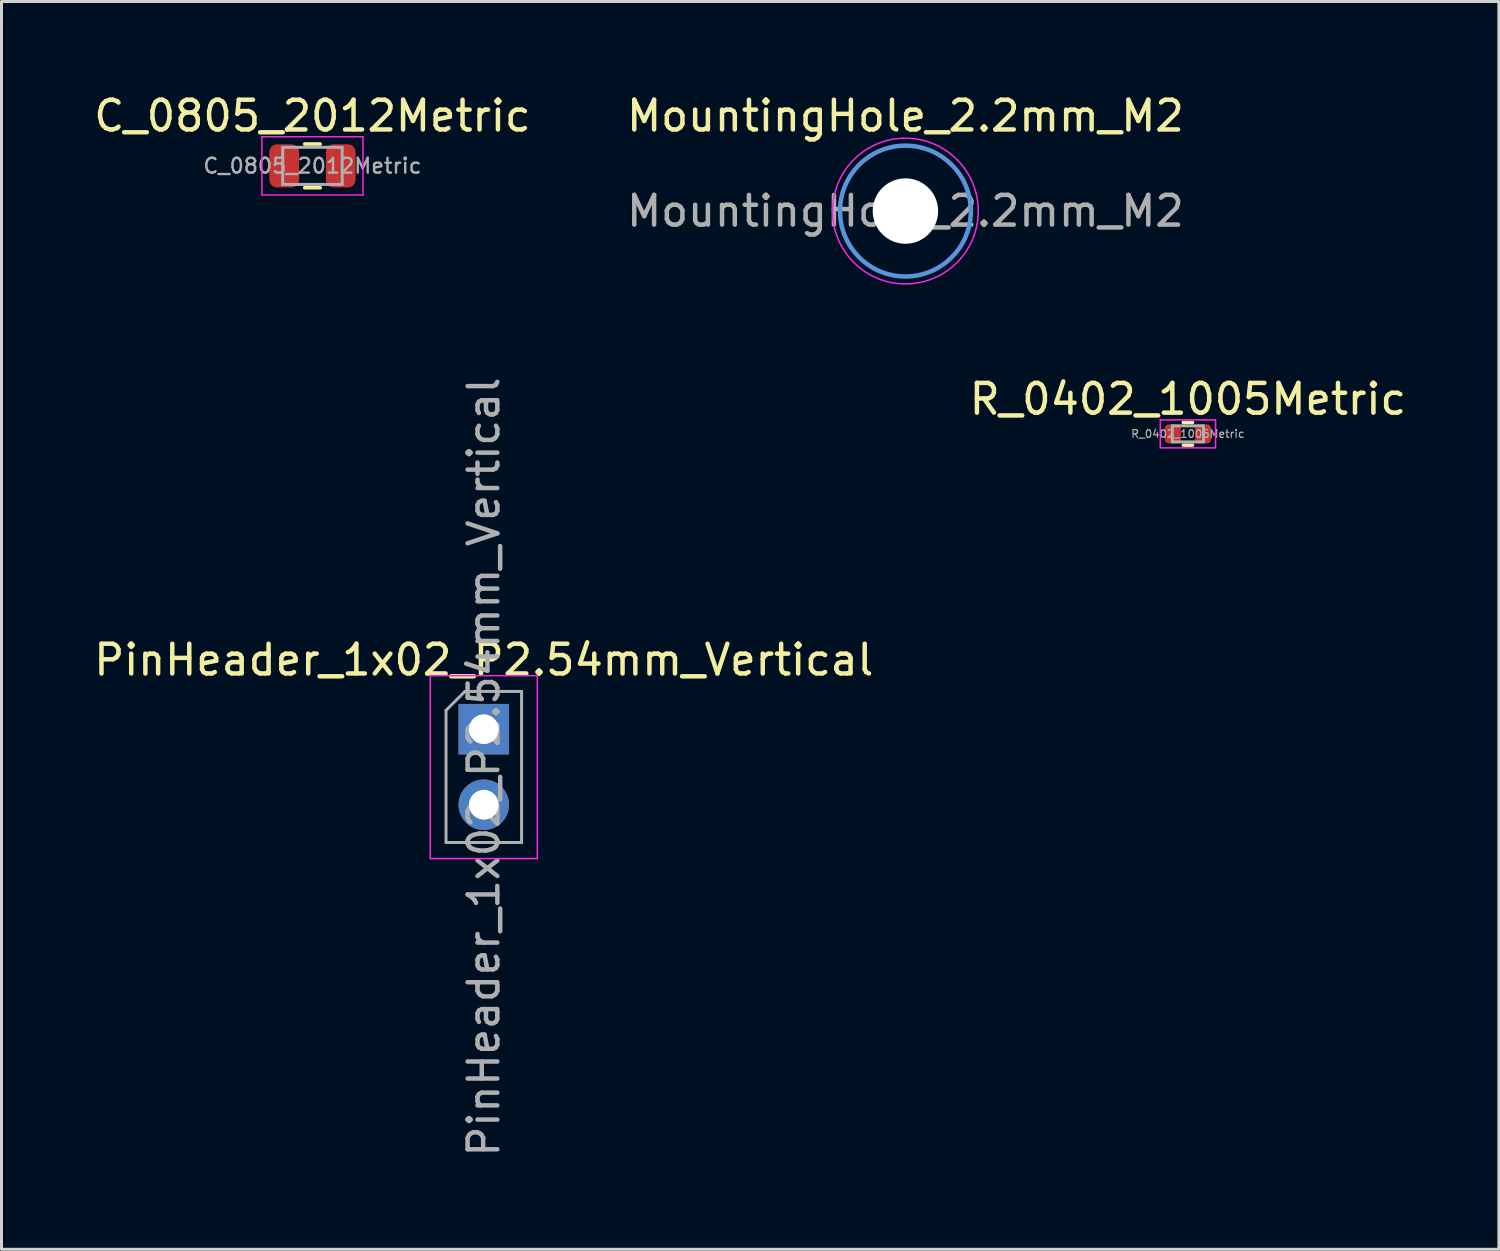
<source format=kicad_pcb>
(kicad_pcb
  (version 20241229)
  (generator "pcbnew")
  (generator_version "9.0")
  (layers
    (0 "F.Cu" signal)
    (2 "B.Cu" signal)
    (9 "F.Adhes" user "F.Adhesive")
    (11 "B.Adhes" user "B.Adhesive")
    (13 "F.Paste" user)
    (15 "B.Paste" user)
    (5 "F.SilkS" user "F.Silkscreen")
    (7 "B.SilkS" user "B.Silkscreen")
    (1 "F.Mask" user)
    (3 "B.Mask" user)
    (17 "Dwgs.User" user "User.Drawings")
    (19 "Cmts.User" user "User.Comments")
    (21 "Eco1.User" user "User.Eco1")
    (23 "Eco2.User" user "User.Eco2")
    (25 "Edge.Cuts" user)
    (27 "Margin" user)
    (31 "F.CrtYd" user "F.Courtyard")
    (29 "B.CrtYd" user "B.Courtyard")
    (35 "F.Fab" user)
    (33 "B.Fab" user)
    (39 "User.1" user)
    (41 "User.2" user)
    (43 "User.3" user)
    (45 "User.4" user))
  (footprint "MountingHole_2.2mm_M2"
    (layer "F.Cu")
    (at 27.399 4.048)
    (property "Reference" "MountingHole_2.2mm_M2" (at 0 -3.2 0) (layer "F.SilkS") (effects (font (size 1 1) (thickness 0.15))))
    (attr exclude_from_pos_files exclude_from_bom)
    (fp_circle (center 0 0) (end 2.2 0) (stroke (width 0.15) (type solid)) (fill no) (layer "Cmts.User"))
    (fp_circle (center 0 0) (end 2.45 0) (stroke (width 0.05) (type solid)) (fill no) (layer "F.CrtYd"))
    (fp_text user "${REFERENCE}" (at 0 0 0) (layer "F.Fab") (effects (font (size 1 1) (thickness 0.15))))
    (pad "" np_thru_hole circle (at 0 0) (size 2.2 2.2) (drill 2.2) (layers "*.Cu" "*.Mask")))
  (footprint "C_0805_2012Metric"
    (layer "F.Cu")
    (at 7.458 2.528)
    (property "Reference" "C_0805_2012Metric" (at 0 -1.68 0) (layer "F.SilkS") (effects (font (size 1 1) (thickness 0.15))))
    (attr smd)
    (fp_line (start -0.261 -0.735) (end 0.261 -0.735) (stroke (width 0.12) (type solid)) (layer "F.SilkS"))
    (fp_line (start -0.261 0.735) (end 0.261 0.735) (stroke (width 0.12) (type solid)) (layer "F.SilkS"))
    (fp_line (start -1.7 -0.98) (end 1.7 -0.98) (stroke (width 0.05) (type solid)) (layer "F.CrtYd"))
    (fp_line (start -1.7 0.98) (end -1.7 -0.98) (stroke (width 0.05) (type solid)) (layer "F.CrtYd"))
    (fp_line (start 1.7 -0.98) (end 1.7 0.98) (stroke (width 0.05) (type solid)) (layer "F.CrtYd"))
    (fp_line (start 1.7 0.98) (end -1.7 0.98) (stroke (width 0.05) (type solid)) (layer "F.CrtYd"))
    (fp_line (start -1 -0.625) (end 1 -0.625) (stroke (width 0.1) (type solid)) (layer "F.Fab"))
    (fp_line (start -1 0.625) (end -1 -0.625) (stroke (width 0.1) (type solid)) (layer "F.Fab"))
    (fp_line (start 1 -0.625) (end 1 0.625) (stroke (width 0.1) (type solid)) (layer "F.Fab"))
    (fp_line (start 1 0.625) (end -1 0.625) (stroke (width 0.1) (type solid)) (layer "F.Fab"))
    (fp_text user "${REFERENCE}" (at 0 0 0) (layer "F.Fab") (effects (font (size 0.5 0.5) (thickness 0.08))))
    (pad "1" smd roundrect (at -0.95 0) (size 1 1.45) (layers "F.Cu" "F.Mask" "F.Paste") (roundrect_rratio 0.25))
    (pad "2" smd roundrect (at 0.95 0) (size 1 1.45) (layers "F.Cu" "F.Mask" "F.Paste") (roundrect_rratio 0.25)))
  (footprint "PinHeader_1x02_P2.54mm_Vertical"
    (layer "F.Cu")
    (at 13.22 21.473)
    (property "Reference" "PinHeader_1x02_P2.54mm_Vertical" (at 0 -2.33 180) (layer "F.SilkS") (effects (font (size 1 1) (thickness 0.15))))
    (attr through_hole exclude_from_bom)
    (fp_line (start -1.8 -1.8) (end -1.8 4.35) (stroke (width 0.05) (type solid)) (layer "F.CrtYd"))
    (fp_line (start -1.8 4.35) (end 1.8 4.35) (stroke (width 0.05) (type solid)) (layer "F.CrtYd"))
    (fp_line (start 1.8 -1.8) (end -1.8 -1.8) (stroke (width 0.05) (type solid)) (layer "F.CrtYd"))
    (fp_line (start 1.8 4.35) (end 1.8 -1.8) (stroke (width 0.05) (type solid)) (layer "F.CrtYd"))
    (fp_line (start -1.27 -0.635) (end -0.635 -1.27) (stroke (width 0.1) (type solid)) (layer "F.Fab"))
    (fp_line (start -1.27 3.81) (end -1.27 -0.635) (stroke (width 0.1) (type solid)) (layer "F.Fab"))
    (fp_line (start -0.635 -1.27) (end 1.27 -1.27) (stroke (width 0.1) (type solid)) (layer "F.Fab"))
    (fp_line (start 1.27 -1.27) (end 1.27 3.81) (stroke (width 0.1) (type solid)) (layer "F.Fab"))
    (fp_line (start 1.27 3.81) (end -1.27 3.81) (stroke (width 0.1) (type solid)) (layer "F.Fab"))
    (fp_text user "${REFERENCE}" (at 0 1.27 270) (layer "F.Fab") (effects (font (size 1 1) (thickness 0.15))))
    (pad "1" thru_hole rect (at 0 0) (size 1.7 1.7) (drill 1) (layers "*.Cu" "*.Mask"))
    (pad "2" thru_hole oval (at 0 2.54) (size 1.7 1.7) (drill 1) (layers "*.Cu" "*.Mask")))
  (footprint "R_0402_1005Metric"
    (layer "F.Cu")
    (at 36.899 11.541)
    (property "Reference" "R_0402_1005Metric" (at 0 -1.17 0) (layer "F.SilkS") (effects (font (size 1 1) (thickness 0.15))))
    (attr smd)
    (fp_line (start -0.154 -0.38) (end 0.154 -0.38) (stroke (width 0.12) (type solid)) (layer "F.SilkS"))
    (fp_line (start -0.154 0.38) (end 0.154 0.38) (stroke (width 0.12) (type solid)) (layer "F.SilkS"))
    (fp_line (start -0.93 -0.47) (end 0.93 -0.47) (stroke (width 0.05) (type solid)) (layer "F.CrtYd"))
    (fp_line (start -0.93 0.47) (end -0.93 -0.47) (stroke (width 0.05) (type solid)) (layer "F.CrtYd"))
    (fp_line (start 0.93 -0.47) (end 0.93 0.47) (stroke (width 0.05) (type solid)) (layer "F.CrtYd"))
    (fp_line (start 0.93 0.47) (end -0.93 0.47) (stroke (width 0.05) (type solid)) (layer "F.CrtYd"))
    (fp_line (start -0.525 -0.27) (end 0.525 -0.27) (stroke (width 0.1) (type solid)) (layer "F.Fab"))
    (fp_line (start -0.525 0.27) (end -0.525 -0.27) (stroke (width 0.1) (type solid)) (layer "F.Fab"))
    (fp_line (start 0.525 -0.27) (end 0.525 0.27) (stroke (width 0.1) (type solid)) (layer "F.Fab"))
    (fp_line (start 0.525 0.27) (end -0.525 0.27) (stroke (width 0.1) (type solid)) (layer "F.Fab"))
    (fp_text user "${REFERENCE}" (at 0 0 0) (layer "F.Fab") (effects (font (size 0.26 0.26) (thickness 0.04))))
    (pad "1" smd roundrect (at -0.51 0) (size 0.54 0.64) (layers "F.Cu" "F.Mask" "F.Paste") (roundrect_rratio 0.25))
    (pad "2" smd roundrect (at 0.51 0) (size 0.54 0.64) (layers "F.Cu" "F.Mask" "F.Paste") (roundrect_rratio 0.25)))
  (gr_rect
    (start -3 -3)
    (end 47.357 38.964)
    (stroke (width 0.1) (type default))
    (fill no)
    (layer "Edge.Cuts")))
</source>
